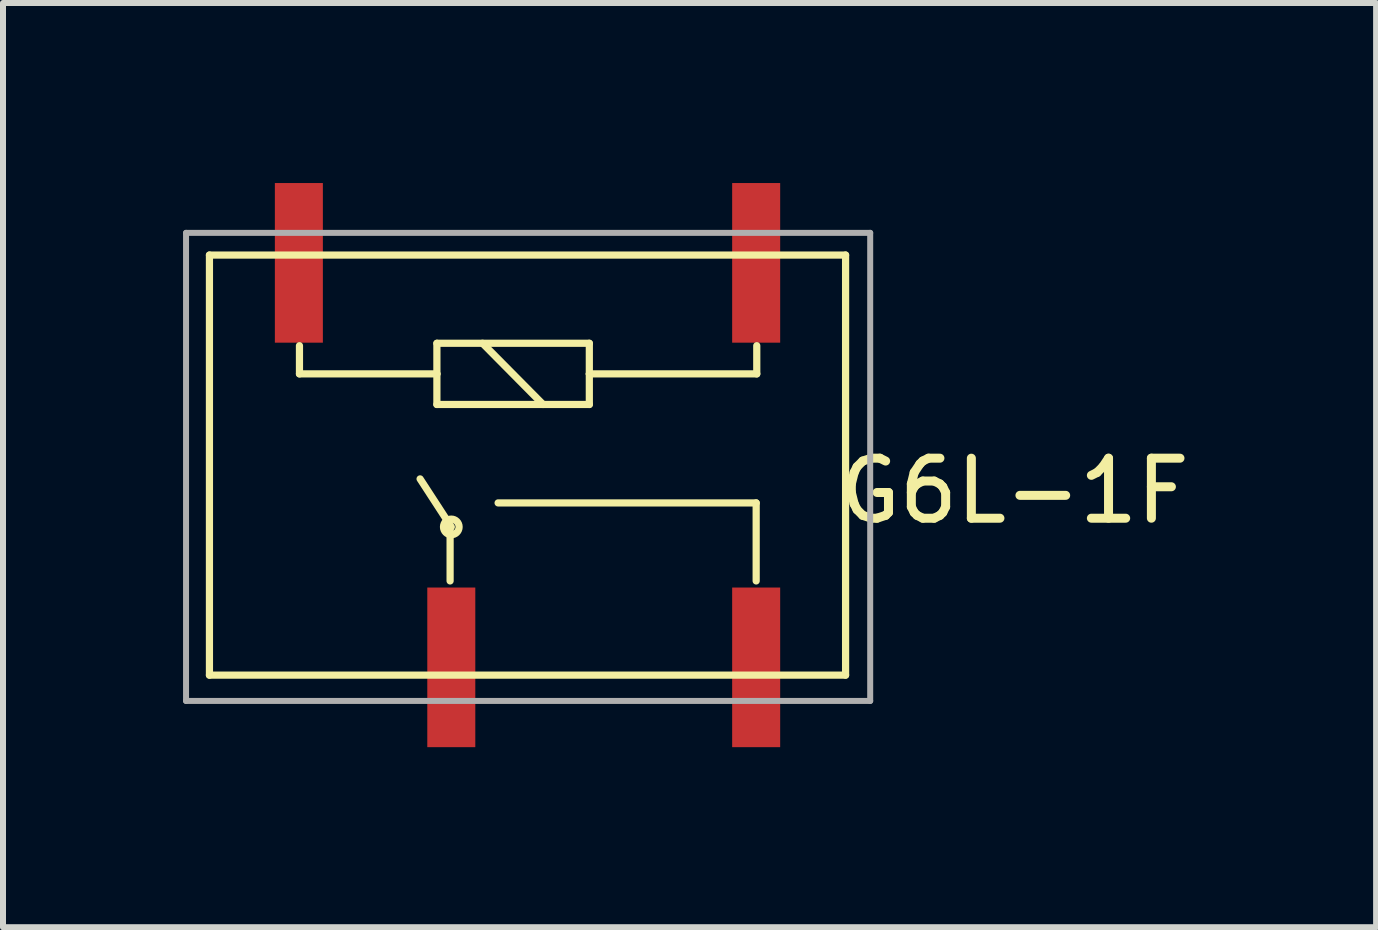
<source format=kicad_pcb>
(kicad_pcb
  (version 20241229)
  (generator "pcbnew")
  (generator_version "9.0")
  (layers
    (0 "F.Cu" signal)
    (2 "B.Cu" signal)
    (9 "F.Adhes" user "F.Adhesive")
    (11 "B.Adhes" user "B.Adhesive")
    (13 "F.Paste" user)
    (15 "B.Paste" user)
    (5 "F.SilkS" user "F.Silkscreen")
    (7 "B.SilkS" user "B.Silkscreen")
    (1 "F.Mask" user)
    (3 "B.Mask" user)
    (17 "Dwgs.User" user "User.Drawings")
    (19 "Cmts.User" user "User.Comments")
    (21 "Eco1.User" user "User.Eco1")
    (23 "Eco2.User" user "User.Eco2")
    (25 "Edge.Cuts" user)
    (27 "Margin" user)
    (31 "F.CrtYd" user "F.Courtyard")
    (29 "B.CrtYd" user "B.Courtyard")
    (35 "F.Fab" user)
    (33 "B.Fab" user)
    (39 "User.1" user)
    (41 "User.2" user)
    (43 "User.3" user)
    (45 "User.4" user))
  (footprint "G6L-1F"
    (layer "F.Cu")
    (at 9.55 1.33)
    (property "Reference" "G6L-1F" (at 4.3 3.8 0) (layer "F.SilkS") (effects (font (size 1 1) (thickness 0.15))))
    (attr through_hole)
    (fp_line (start -9.11 -0.13) (end -9.11 6.87) (stroke (width 0.12) (type solid)) (layer "F.SilkS"))
    (fp_line (start -9.11 -0.13) (end 1.49 -0.13) (stroke (width 0.12) (type solid)) (layer "F.SilkS"))
    (fp_line (start -9.11 6.87) (end 1.49 6.87) (stroke (width 0.12) (type solid)) (layer "F.SilkS"))
    (fp_line (start -7.61 1.38) (end -7.61 1.85) (stroke (width 0.12) (type solid)) (layer "F.SilkS"))
    (fp_line (start -7.61 1.85) (end -5.32 1.85) (stroke (width 0.12) (type solid)) (layer "F.SilkS"))
    (fp_line (start -5.32 1.34) (end -2.78 1.34) (stroke (width 0.12) (type solid)) (layer "F.SilkS"))
    (fp_line (start -5.32 1.85) (end -5.32 1.34) (stroke (width 0.12) (type solid)) (layer "F.SilkS"))
    (fp_line (start -5.32 2.36) (end -5.32 1.85) (stroke (width 0.12) (type solid)) (layer "F.SilkS"))
    (fp_line (start -5.1 5.3) (end -5.1 4.4) (stroke (width 0.12) (type solid)) (layer "F.SilkS"))
    (fp_line (start -5.08 4.4) (end -5.6 3.6) (stroke (width 0.12) (type solid)) (layer "F.SilkS"))
    (fp_line (start -4.56 1.34) (end -3.55 2.36) (stroke (width 0.12) (type solid)) (layer "F.SilkS"))
    (fp_line (start -4.3 4) (end 0 4) (stroke (width 0.12) (type solid)) (layer "F.SilkS"))
    (fp_line (start -2.78 1.34) (end -2.78 1.85) (stroke (width 0.12) (type solid)) (layer "F.SilkS"))
    (fp_line (start -2.78 1.85) (end -2.78 2.36) (stroke (width 0.12) (type solid)) (layer "F.SilkS"))
    (fp_line (start -2.78 1.85) (end 0.01 1.85) (stroke (width 0.12) (type solid)) (layer "F.SilkS"))
    (fp_line (start -2.78 2.36) (end -5.32 2.36) (stroke (width 0.12) (type solid)) (layer "F.SilkS"))
    (fp_line (start 0 5.3) (end 0 4) (stroke (width 0.12) (type solid)) (layer "F.SilkS"))
    (fp_line (start 0.01 1.85) (end 0.01 1.38) (stroke (width 0.12) (type solid)) (layer "F.SilkS"))
    (fp_line (start 1.49 -0.13) (end 1.49 6.87) (stroke (width 0.12) (type solid)) (layer "F.SilkS"))
    (fp_circle (center -5.08 4.4) (end -5.08 4.53) (stroke (width 0.12) (type solid)) (fill no) (layer "F.SilkS"))
    (fp_line (start -9.5 -0.5) (end 1.9 -0.5) (stroke (width 0.1) (type solid)) (layer "F.Fab"))
    (fp_line (start -9.5 7.3) (end -9.5 -0.5) (stroke (width 0.1) (type solid)) (layer "F.Fab"))
    (fp_line (start 1.9 -0.5) (end 1.9 7.3) (stroke (width 0.1) (type solid)) (layer "F.Fab"))
    (fp_line (start 1.9 7.3) (end -9.5 7.3) (stroke (width 0.1) (type solid)) (layer "F.Fab"))
    (pad "2" smd rect (at -5.08 6.74 180) (size 0.8 2.66) (layers "F.Cu" "F.Mask" "F.Paste"))
    (pad "4" smd rect (at 0 6.74 180) (size 0.8 2.66) (layers "F.Cu" "F.Mask" "F.Paste"))
    (pad "5" smd rect (at 0 0 180) (size 0.8 2.66) (layers "F.Cu" "F.Mask" "F.Paste"))
    (pad "8" smd rect (at -7.62 0 180) (size 0.8 2.66) (layers "F.Cu" "F.Mask" "F.Paste")))
  (gr_rect
    (start -3 -3)
    (end 19.88 12.4)
    (stroke (width 0.1) (type default))
    (fill no)
    (layer "Edge.Cuts")))
</source>
